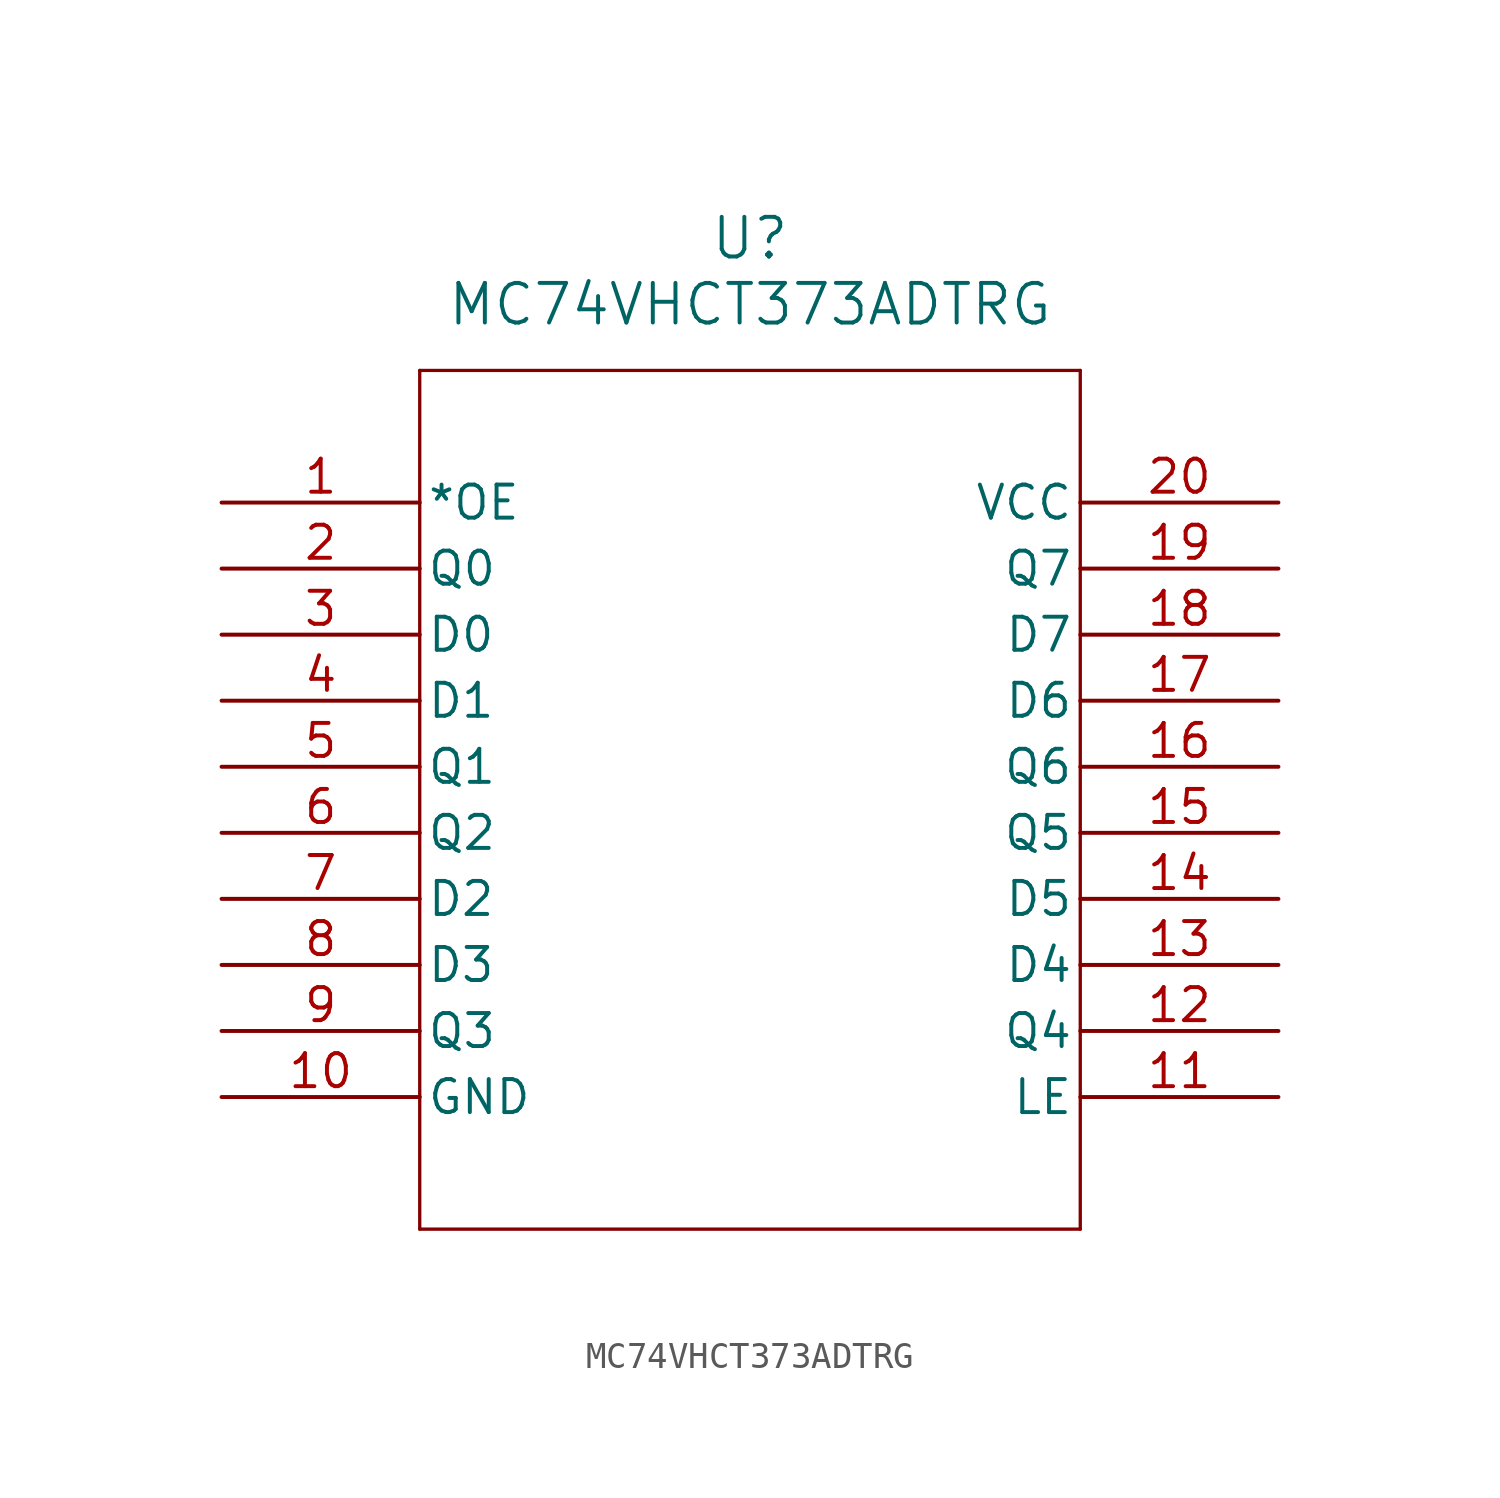
<source format=kicad_sym>
(kicad_symbol_lib
  (version 20211014)
  (generator kicad_symbol_editor)
  (symbol "MC74VHCT373ADTRG"
    (pin_names
      (offset 0.254))
    (property "Reference" "U"
      (at 20.32 10.16 0)
      (effects (font (size 1.524 1.524))))
    (property "Value" "MC74VHCT373ADTRG"
      (at 20.32 7.62 0)
      (effects (font (size 1.524 1.524))))
    (symbol "MC74VHCT373ADTRG_0_1"
      (polyline (pts (xy 7.62 5.08) (xy 7.62 -27.94)) (stroke (width 0.127) (type default) (color 0 0 0 0)) (fill (type none)))
      (polyline (pts (xy 7.62 -27.94) (xy 33.02 -27.94)) (stroke (width 0.127) (type default) (color 0 0 0 0)) (fill (type none)))
      (polyline (pts (xy 33.02 -27.94) (xy 33.02 5.08)) (stroke (width 0.127) (type default) (color 0 0 0 0)) (fill (type none)))
      (polyline (pts (xy 33.02 5.08) (xy 7.62 5.08)) (stroke (width 0.127) (type default) (color 0 0 0 0)) (fill (type none)))
      (pin input line (at 0 0 0) (length 7.62) (name "*OE" (effects (font (size 1.27 1.27)))) (number "1" (effects (font (size 1.27 1.27)))))
      (pin output line (at 0 -2.54 0) (length 7.62) (name "Q0" (effects (font (size 1.27 1.27)))) (number "2" (effects (font (size 1.27 1.27)))))
      (pin input line (at 0 -5.08 0) (length 7.62) (name "D0" (effects (font (size 1.27 1.27)))) (number "3" (effects (font (size 1.27 1.27)))))
      (pin input line (at 0 -7.62 0) (length 7.62) (name "D1" (effects (font (size 1.27 1.27)))) (number "4" (effects (font (size 1.27 1.27)))))
      (pin output line (at 0 -10.16 0) (length 7.62) (name "Q1" (effects (font (size 1.27 1.27)))) (number "5" (effects (font (size 1.27 1.27)))))
      (pin output line (at 0 -12.7 0) (length 7.62) (name "Q2" (effects (font (size 1.27 1.27)))) (number "6" (effects (font (size 1.27 1.27)))))
      (pin input line (at 0 -15.24 0) (length 7.62) (name "D2" (effects (font (size 1.27 1.27)))) (number "7" (effects (font (size 1.27 1.27)))))
      (pin input line (at 0 -17.78 0) (length 7.62) (name "D3" (effects (font (size 1.27 1.27)))) (number "8" (effects (font (size 1.27 1.27)))))
      (pin output line (at 0 -20.32 0) (length 7.62) (name "Q3" (effects (font (size 1.27 1.27)))) (number "9" (effects (font (size 1.27 1.27)))))
      (pin power_in line (at 0 -22.86 0) (length 7.62) (name "GND" (effects (font (size 1.27 1.27)))) (number "10" (effects (font (size 1.27 1.27)))))
      (pin input line (at 40.64 -22.86 180) (length 7.62) (name "LE" (effects (font (size 1.27 1.27)))) (number "11" (effects (font (size 1.27 1.27)))))
      (pin output line (at 40.64 -20.32 180) (length 7.62) (name "Q4" (effects (font (size 1.27 1.27)))) (number "12" (effects (font (size 1.27 1.27)))))
      (pin input line (at 40.64 -17.78 180) (length 7.62) (name "D4" (effects (font (size 1.27 1.27)))) (number "13" (effects (font (size 1.27 1.27)))))
      (pin input line (at 40.64 -15.24 180) (length 7.62) (name "D5" (effects (font (size 1.27 1.27)))) (number "14" (effects (font (size 1.27 1.27)))))
      (pin output line (at 40.64 -12.7 180) (length 7.62) (name "Q5" (effects (font (size 1.27 1.27)))) (number "15" (effects (font (size 1.27 1.27)))))
      (pin output line (at 40.64 -10.16 180) (length 7.62) (name "Q6" (effects (font (size 1.27 1.27)))) (number "16" (effects (font (size 1.27 1.27)))))
      (pin input line (at 40.64 -7.62 180) (length 7.62) (name "D6" (effects (font (size 1.27 1.27)))) (number "17" (effects (font (size 1.27 1.27)))))
      (pin input line (at 40.64 -5.08 180) (length 7.62) (name "D7" (effects (font (size 1.27 1.27)))) (number "18" (effects (font (size 1.27 1.27)))))
      (pin output line (at 40.64 -2.54 180) (length 7.62) (name "Q7" (effects (font (size 1.27 1.27)))) (number "19" (effects (font (size 1.27 1.27)))))
      (pin power_in line (at 40.64 0 180) (length 7.62) (name "VCC" (effects (font (size 1.27 1.27)))) (number "20" (effects (font (size 1.27 1.27))))))))
</source>
